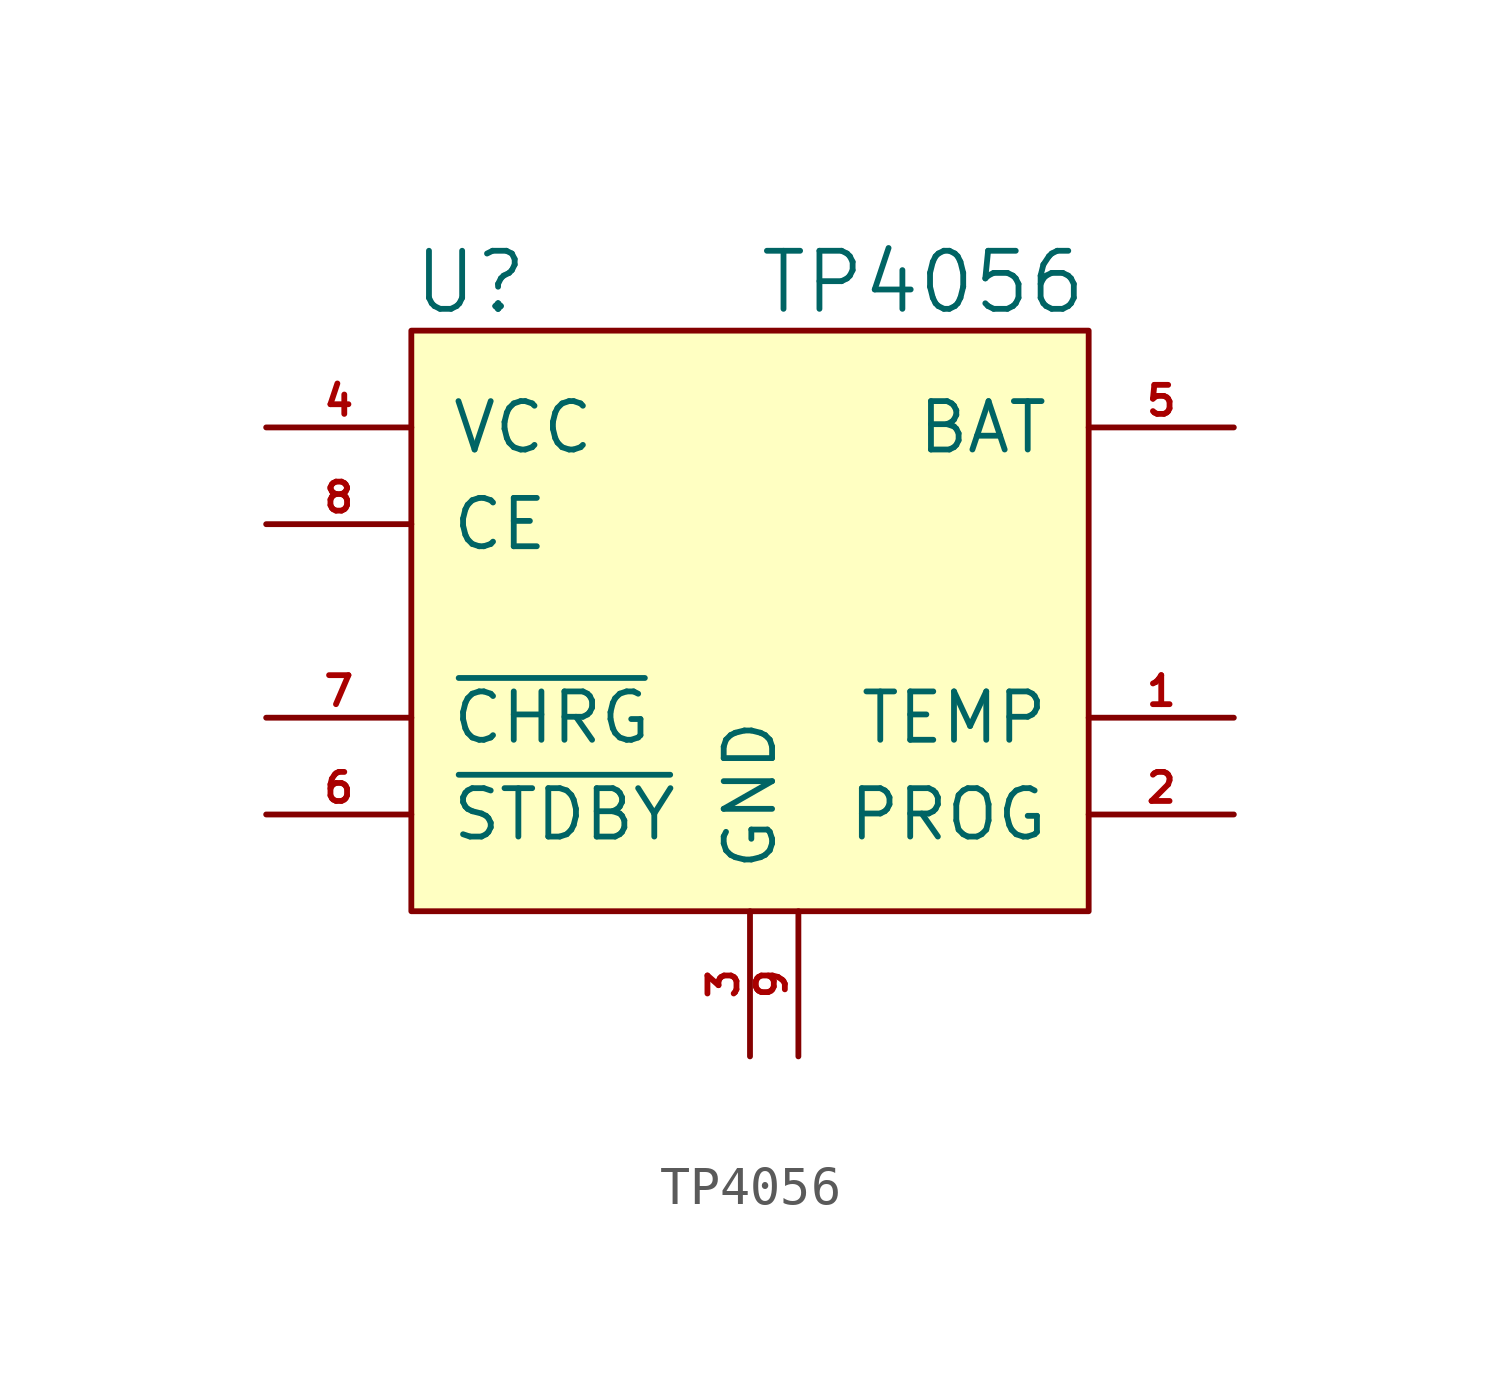
<source format=kicad_sym>
(kicad_symbol_lib
  (version 20211014)
  (generator kicad_symbol_editor)
  (symbol "TP4056"
    (pin_names
      (offset 1.016))
    (property "Reference" "U"
      (at -8.89 10.16 0)
      (effects (font (size 1.524 1.524)) (justify left)))
    (property "Value" "TP4056"
      (at 8.89 10.16 0)
      (effects (font (size 1.524 1.524)) (justify right)))
    (symbol "TP4056_0_1"
      (rectangle (start -8.89 8.89) (end 8.89 -6.35) (stroke (width 0) (type default) (color 0 0 0 0)) (fill (type background))))
    (symbol "TP4056_1_1"
      (pin passive line (at 12.7 -1.27 180) (length 3.81) (name "TEMP" (effects (font (size 1.27 1.27)))) (number "1" (effects (font (size 0.762 0.762)))))
      (pin passive line (at 12.7 -3.81 180) (length 3.81) (name "PROG" (effects (font (size 1.27 1.27)))) (number "2" (effects (font (size 0.762 0.762)))))
      (pin power_in line (at 0 -10.16 90) (length 3.81) (name "GND" (effects (font (size 1.27 1.27)))) (number "3" (effects (font (size 0.762 0.762)))))
      (pin power_in line (at -12.7 6.35 0) (length 3.81) (name "VCC" (effects (font (size 1.27 1.27)))) (number "4" (effects (font (size 0.762 0.762)))))
      (pin power_out line (at 12.7 6.35 180) (length 3.81) (name "BAT" (effects (font (size 1.27 1.27)))) (number "5" (effects (font (size 0.762 0.762)))))
      (pin open_collector line (at -12.7 -3.81 0) (length 3.81) (name "~{STDBY}" (effects (font (size 1.27 1.27)))) (number "6" (effects (font (size 0.762 0.762)))))
      (pin open_collector line (at -12.7 -1.27 0) (length 3.81) (name "~{CHRG}" (effects (font (size 1.27 1.27)))) (number "7" (effects (font (size 0.762 0.762)))))
      (pin input line (at -12.7 3.81 0) (length 3.81) (name "CE" (effects (font (size 1.27 1.27)))) (number "8" (effects (font (size 0.762 0.762)))))
      (pin power_in line (at 1.27 -10.16 90) (length 3.81) (name "~" (effects (font (size 1.27 1.27)))) (number "9" (effects (font (size 0.762 0.762))))))))
</source>
